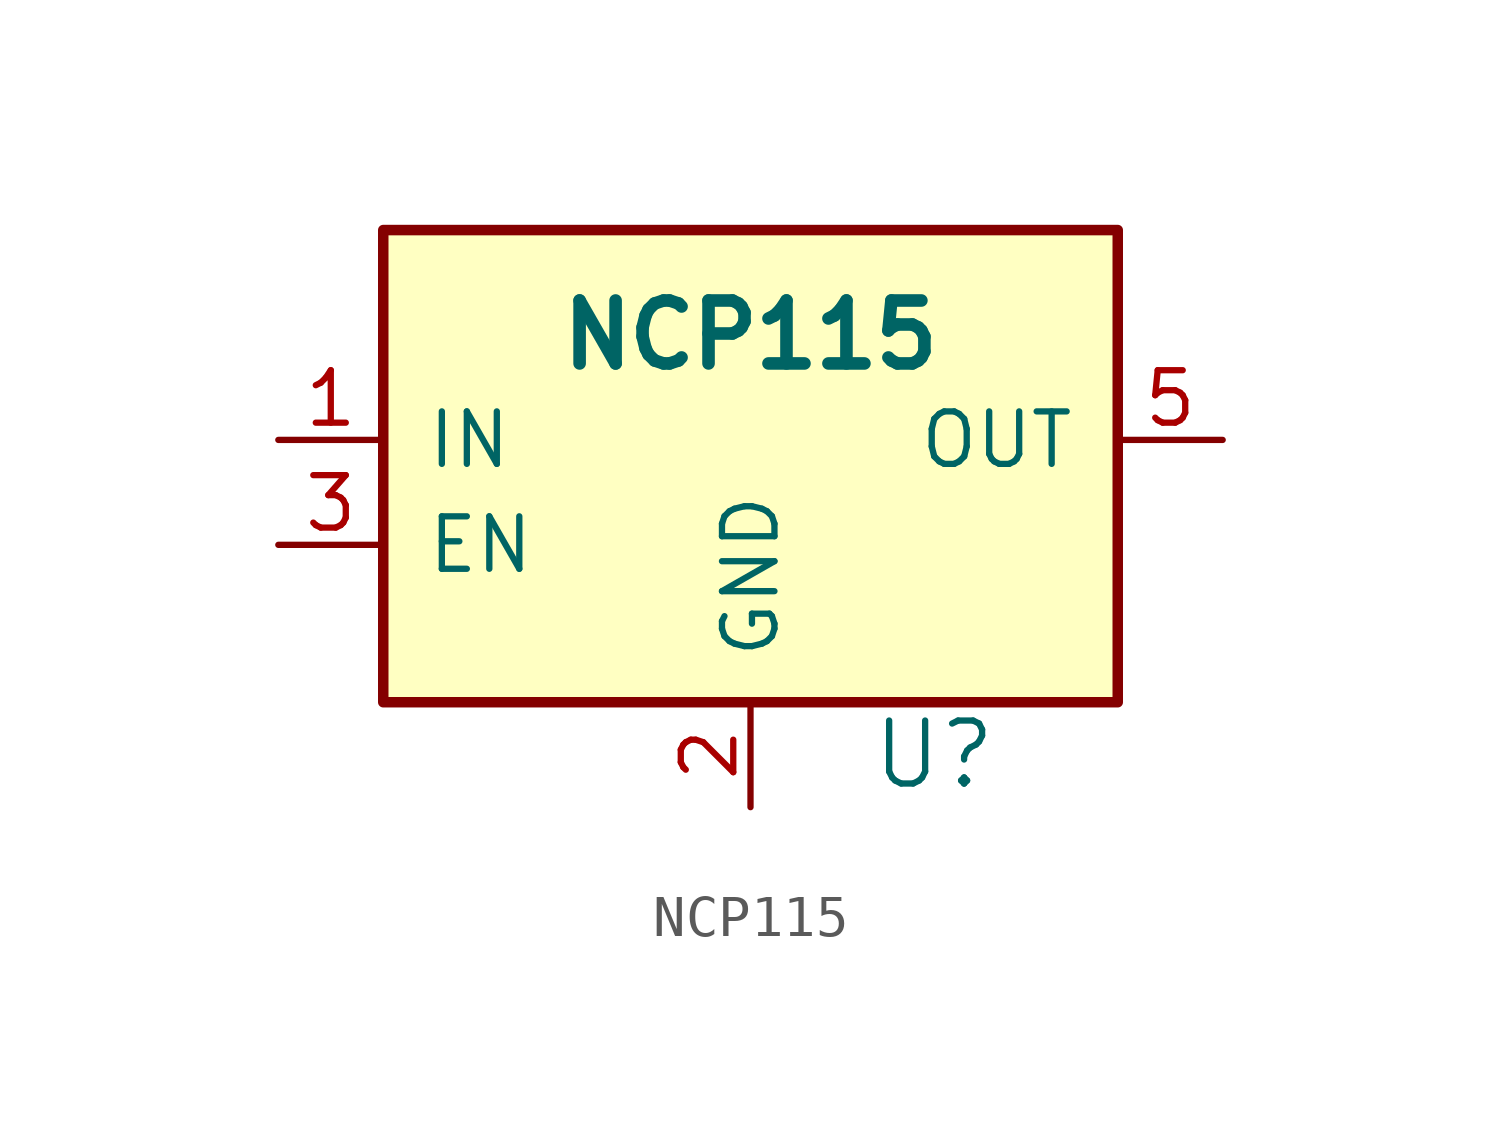
<source format=kicad_sym>
(kicad_symbol_lib
  (version 20231120)
  (generator "kicad_symbol_editor")
  (generator_version "8.0")
  (symbol "NCP115"
    (pin_names
      (offset 1.016))
    (property "Reference" "U"
      (at 4.445 -6.35 0)
      (effects (font (size 1.524 1.524))))
    (property "Value" "NCP115"
      (at 0 3.81 0)
      (effects (font (size 1.524 1.524) (bold yes))))
    (property "Datasheet" ""
      (at 0 0 0)
      (effects (font (size 1.524 1.524))))
    (symbol "NCP115_0_1"
      (rectangle (start 8.89 6.35) (end -8.89 -5.08) (stroke (width 0.254) (type default)) (fill (type background))))
    (symbol "NCP115_1_1"
      (pin passive line (at -11.43 1.27 0) (length 2.54) (name "IN" (effects (font (size 1.27 1.27)))) (number "1" (effects (font (size 1.27 1.27)))))
      (pin passive line (at 0 -7.62 90) (length 2.54) (name "GND" (effects (font (size 1.27 1.27)))) (number "2" (effects (font (size 1.27 1.27)))))
      (pin passive line (at -11.43 -1.27 0) (length 2.54) (name "EN" (effects (font (size 1.27 1.27)))) (number "3" (effects (font (size 1.27 1.27)))))
      (pin passive line (at 11.43 1.27 180) (length 2.54) (name "OUT" (effects (font (size 1.27 1.27)))) (number "5" (effects (font (size 1.27 1.27))))))))
</source>
